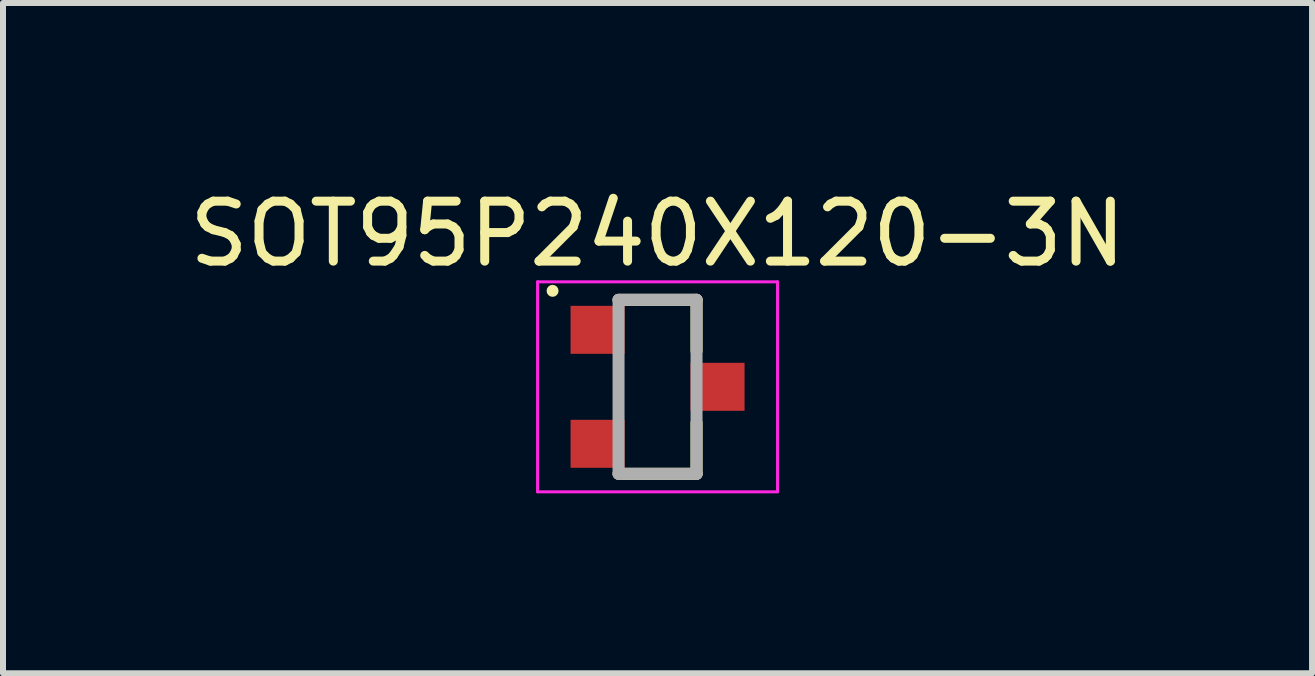
<source format=kicad_pcb>
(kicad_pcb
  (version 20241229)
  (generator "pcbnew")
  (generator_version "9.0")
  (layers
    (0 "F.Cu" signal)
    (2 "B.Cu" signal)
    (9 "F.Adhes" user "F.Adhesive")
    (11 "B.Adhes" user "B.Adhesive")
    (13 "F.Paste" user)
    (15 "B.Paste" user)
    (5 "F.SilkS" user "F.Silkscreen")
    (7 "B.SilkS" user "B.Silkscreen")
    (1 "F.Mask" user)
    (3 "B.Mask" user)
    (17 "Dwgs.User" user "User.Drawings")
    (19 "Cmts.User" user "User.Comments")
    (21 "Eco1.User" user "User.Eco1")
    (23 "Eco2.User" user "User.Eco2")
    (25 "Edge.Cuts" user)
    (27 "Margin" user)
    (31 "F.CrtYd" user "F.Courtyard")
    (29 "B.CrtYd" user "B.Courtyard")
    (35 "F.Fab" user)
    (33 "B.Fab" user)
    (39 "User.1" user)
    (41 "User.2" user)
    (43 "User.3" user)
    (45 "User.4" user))
  (footprint "SOT95P240X120-3N"
    (layer "F.Cu")
    (at 7.911 3.398)
    (property "Reference" "SOT95P240X120-3N" (at 0 -2.55 0) (layer "F.SilkS") (effects (font (size 1 1) (thickness 0.15))))
    (attr smd)
    (fp_line (start -0.65 -1.45) (end 0.65 -1.45) (stroke (width 0.2) (type solid)) (layer "F.SilkS"))
    (fp_line (start -0.65 1.45) (end 0.65 1.45) (stroke (width 0.2) (type solid)) (layer "F.SilkS"))
    (fp_line (start 0.65 -1.45) (end 0.65 -0.6) (stroke (width 0.2) (type solid)) (layer "F.SilkS"))
    (fp_line (start 0.65 1.45) (end 0.65 0.6) (stroke (width 0.2) (type solid)) (layer "F.SilkS"))
    (fp_circle (center -1.75 -1.6) (end -1.7 -1.6) (stroke (width 0.1) (type solid)) (fill no) (layer "F.SilkS"))
    (fp_line (start -2 -1.75) (end 2 -1.75) (stroke (width 0.05) (type solid)) (layer "F.CrtYd"))
    (fp_line (start -2 1.75) (end -2 -1.75) (stroke (width 0.05) (type solid)) (layer "F.CrtYd"))
    (fp_line (start 2 -1.75) (end 2 1.75) (stroke (width 0.05) (type solid)) (layer "F.CrtYd"))
    (fp_line (start 2 1.75) (end -2 1.75) (stroke (width 0.05) (type solid)) (layer "F.CrtYd"))
    (fp_line (start -0.65 -1.45) (end 0.65 -1.45) (stroke (width 0.2) (type solid)) (layer "F.Fab"))
    (fp_line (start -0.65 1.45) (end -0.65 -1.45) (stroke (width 0.2) (type solid)) (layer "F.Fab"))
    (fp_line (start 0.65 -1.45) (end 0.65 1.45) (stroke (width 0.2) (type solid)) (layer "F.Fab"))
    (fp_line (start 0.65 1.45) (end -0.65 1.45) (stroke (width 0.2) (type solid)) (layer "F.Fab"))
    (pad "1" smd rect (at 1 0) (size 0.9 0.8) (layers "F.Cu" "F.Mask" "F.Paste"))
    (pad "2" smd rect (at -1 -0.95) (size 0.9 0.8) (layers "F.Cu" "F.Mask" "F.Paste"))
    (pad "3" smd rect (at -1 0.95) (size 0.9 0.8) (layers "F.Cu" "F.Mask" "F.Paste")))
  (gr_rect
    (start -3 -3)
    (end 18.821 8.173)
    (stroke (width 0.1) (type default))
    (fill no)
    (layer "Edge.Cuts")))
</source>
